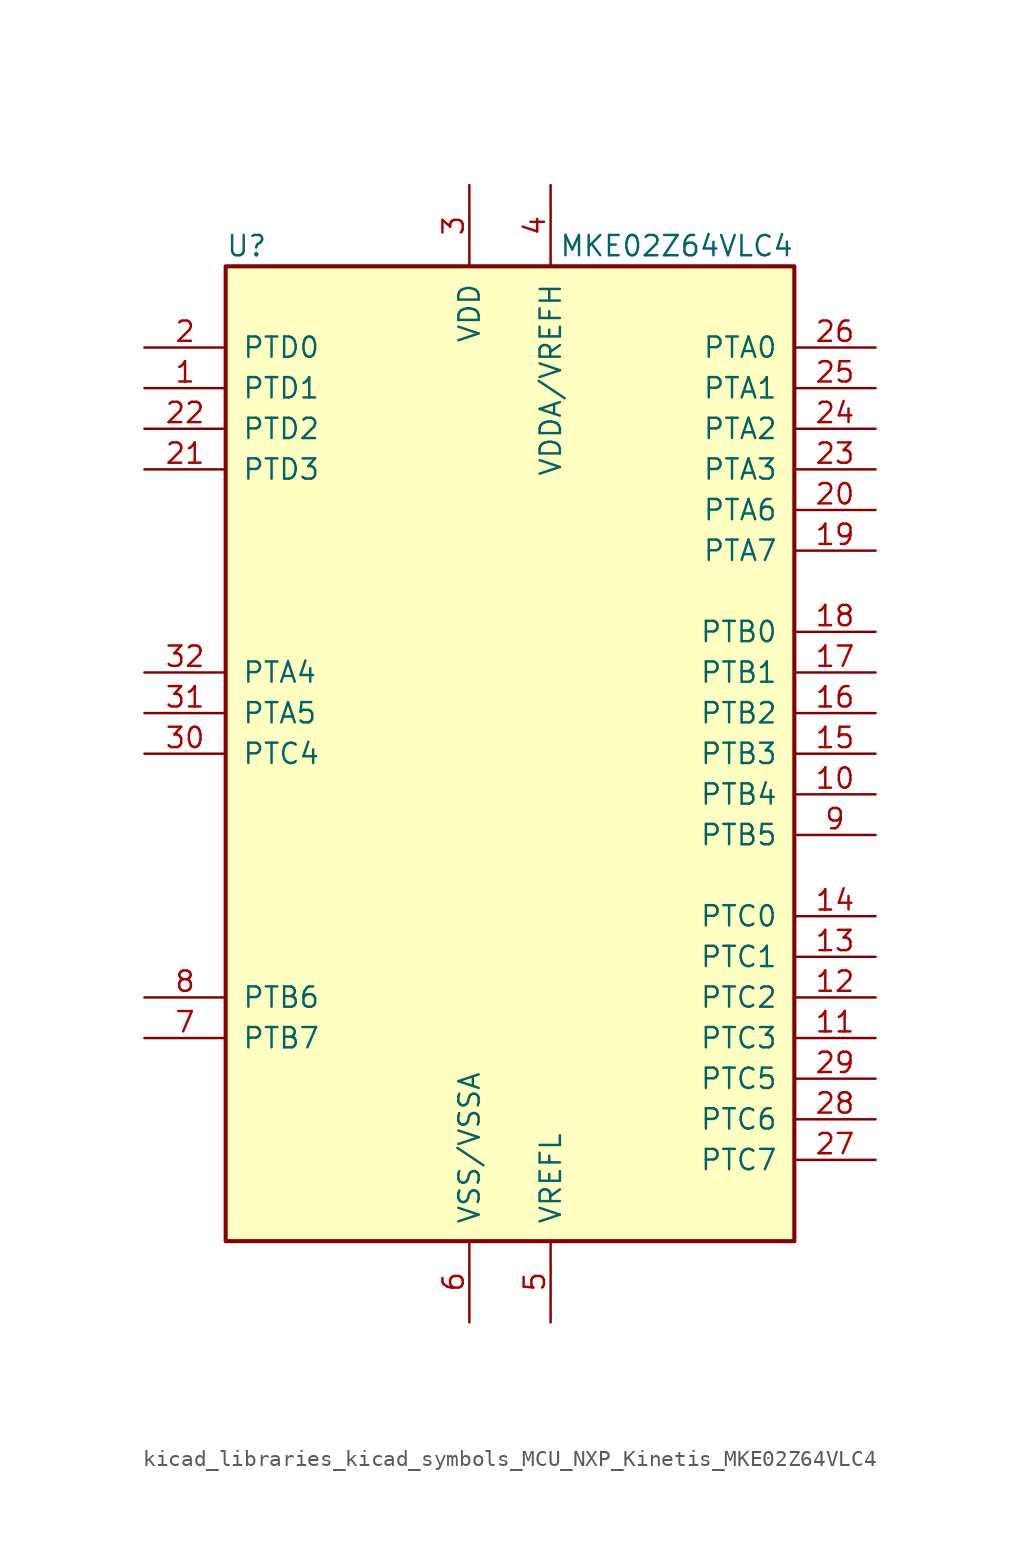
<source format=kicad_sym>
(kicad_symbol_lib
  (version 20220914)
  (generator kicad_symbol_editor)
  (symbol "kicad_libraries_kicad_symbols_MCU_NXP_Kinetis_MKE02Z64VLC4"
    (pin_names
      (offset 1.016))
    (property "Reference" "U"
      (at -17.78 31.75 0)
      (effects (font (size 1.27 1.27)) (justify left)))
    (property "Value" "MKE02Z64VLC4"
      (at 17.78 31.75 0)
      (effects (font (size 1.27 1.27)) (justify right)))
    (symbol "kicad_libraries_kicad_symbols_MCU_NXP_Kinetis_MKE02Z64VLC4_0_1"
      (rectangle (start -17.78 30.48) (end 17.78 -30.48) (stroke (width 0.254) (type default)) (fill (type background))))
    (symbol "kicad_libraries_kicad_symbols_MCU_NXP_Kinetis_MKE02Z64VLC4_1_1"
      (pin bidirectional line (at -22.86 22.86 0) (length 5.08) (name "PTD1" (effects (font (size 1.27 1.27)))) (number "1" (effects (font (size 1.27 1.27)))))
      (pin bidirectional line (at 22.86 -2.54 180) (length 5.08) (name "PTB4" (effects (font (size 1.27 1.27)))) (number "10" (effects (font (size 1.27 1.27)))))
      (pin bidirectional line (at 22.86 -17.78 180) (length 5.08) (name "PTC3" (effects (font (size 1.27 1.27)))) (number "11" (effects (font (size 1.27 1.27)))))
      (pin bidirectional line (at 22.86 -15.24 180) (length 5.08) (name "PTC2" (effects (font (size 1.27 1.27)))) (number "12" (effects (font (size 1.27 1.27)))))
      (pin bidirectional line (at 22.86 -12.7 180) (length 5.08) (name "PTC1" (effects (font (size 1.27 1.27)))) (number "13" (effects (font (size 1.27 1.27)))))
      (pin bidirectional line (at 22.86 -10.16 180) (length 5.08) (name "PTC0" (effects (font (size 1.27 1.27)))) (number "14" (effects (font (size 1.27 1.27)))))
      (pin bidirectional line (at 22.86 0 180) (length 5.08) (name "PTB3" (effects (font (size 1.27 1.27)))) (number "15" (effects (font (size 1.27 1.27)))))
      (pin bidirectional line (at 22.86 2.54 180) (length 5.08) (name "PTB2" (effects (font (size 1.27 1.27)))) (number "16" (effects (font (size 1.27 1.27)))))
      (pin bidirectional line (at 22.86 5.08 180) (length 5.08) (name "PTB1" (effects (font (size 1.27 1.27)))) (number "17" (effects (font (size 1.27 1.27)))))
      (pin bidirectional line (at 22.86 7.62 180) (length 5.08) (name "PTB0" (effects (font (size 1.27 1.27)))) (number "18" (effects (font (size 1.27 1.27)))))
      (pin bidirectional line (at 22.86 12.7 180) (length 5.08) (name "PTA7" (effects (font (size 1.27 1.27)))) (number "19" (effects (font (size 1.27 1.27)))))
      (pin bidirectional line (at -22.86 25.4 0) (length 5.08) (name "PTD0" (effects (font (size 1.27 1.27)))) (number "2" (effects (font (size 1.27 1.27)))))
      (pin bidirectional line (at 22.86 15.24 180) (length 5.08) (name "PTA6" (effects (font (size 1.27 1.27)))) (number "20" (effects (font (size 1.27 1.27)))))
      (pin bidirectional line (at -22.86 17.78 0) (length 5.08) (name "PTD3" (effects (font (size 1.27 1.27)))) (number "21" (effects (font (size 1.27 1.27)))))
      (pin bidirectional line (at -22.86 20.32 0) (length 5.08) (name "PTD2" (effects (font (size 1.27 1.27)))) (number "22" (effects (font (size 1.27 1.27)))))
      (pin bidirectional line (at 22.86 17.78 180) (length 5.08) (name "PTA3" (effects (font (size 1.27 1.27)))) (number "23" (effects (font (size 1.27 1.27)))))
      (pin bidirectional line (at 22.86 20.32 180) (length 5.08) (name "PTA2" (effects (font (size 1.27 1.27)))) (number "24" (effects (font (size 1.27 1.27)))))
      (pin bidirectional line (at 22.86 22.86 180) (length 5.08) (name "PTA1" (effects (font (size 1.27 1.27)))) (number "25" (effects (font (size 1.27 1.27)))))
      (pin bidirectional line (at 22.86 25.4 180) (length 5.08) (name "PTA0" (effects (font (size 1.27 1.27)))) (number "26" (effects (font (size 1.27 1.27)))))
      (pin bidirectional line (at 22.86 -25.4 180) (length 5.08) (name "PTC7" (effects (font (size 1.27 1.27)))) (number "27" (effects (font (size 1.27 1.27)))))
      (pin bidirectional line (at 22.86 -22.86 180) (length 5.08) (name "PTC6" (effects (font (size 1.27 1.27)))) (number "28" (effects (font (size 1.27 1.27)))))
      (pin bidirectional line (at 22.86 -20.32 180) (length 5.08) (name "PTC5" (effects (font (size 1.27 1.27)))) (number "29" (effects (font (size 1.27 1.27)))))
      (pin power_in line (at -2.54 35.56 270) (length 5.08) (name "VDD" (effects (font (size 1.27 1.27)))) (number "3" (effects (font (size 1.27 1.27)))))
      (pin bidirectional line (at -22.86 0 0) (length 5.08) (name "PTC4" (effects (font (size 1.27 1.27)))) (number "30" (effects (font (size 1.27 1.27)))))
      (pin bidirectional line (at -22.86 2.54 0) (length 5.08) (name "PTA5" (effects (font (size 1.27 1.27)))) (number "31" (effects (font (size 1.27 1.27)))))
      (pin bidirectional line (at -22.86 5.08 0) (length 5.08) (name "PTA4" (effects (font (size 1.27 1.27)))) (number "32" (effects (font (size 1.27 1.27)))))
      (pin power_in line (at 2.54 35.56 270) (length 5.08) (name "VDDA/VREFH" (effects (font (size 1.27 1.27)))) (number "4" (effects (font (size 1.27 1.27)))))
      (pin power_in line (at 2.54 -35.56 90) (length 5.08) (name "VREFL" (effects (font (size 1.27 1.27)))) (number "5" (effects (font (size 1.27 1.27)))))
      (pin power_in line (at -2.54 -35.56 90) (length 5.08) (name "VSS/VSSA" (effects (font (size 1.27 1.27)))) (number "6" (effects (font (size 1.27 1.27)))))
      (pin bidirectional line (at -22.86 -17.78 0) (length 5.08) (name "PTB7" (effects (font (size 1.27 1.27)))) (number "7" (effects (font (size 1.27 1.27)))))
      (pin bidirectional line (at -22.86 -15.24 0) (length 5.08) (name "PTB6" (effects (font (size 1.27 1.27)))) (number "8" (effects (font (size 1.27 1.27)))))
      (pin bidirectional line (at 22.86 -5.08 180) (length 5.08) (name "PTB5" (effects (font (size 1.27 1.27)))) (number "9" (effects (font (size 1.27 1.27))))))))
</source>
